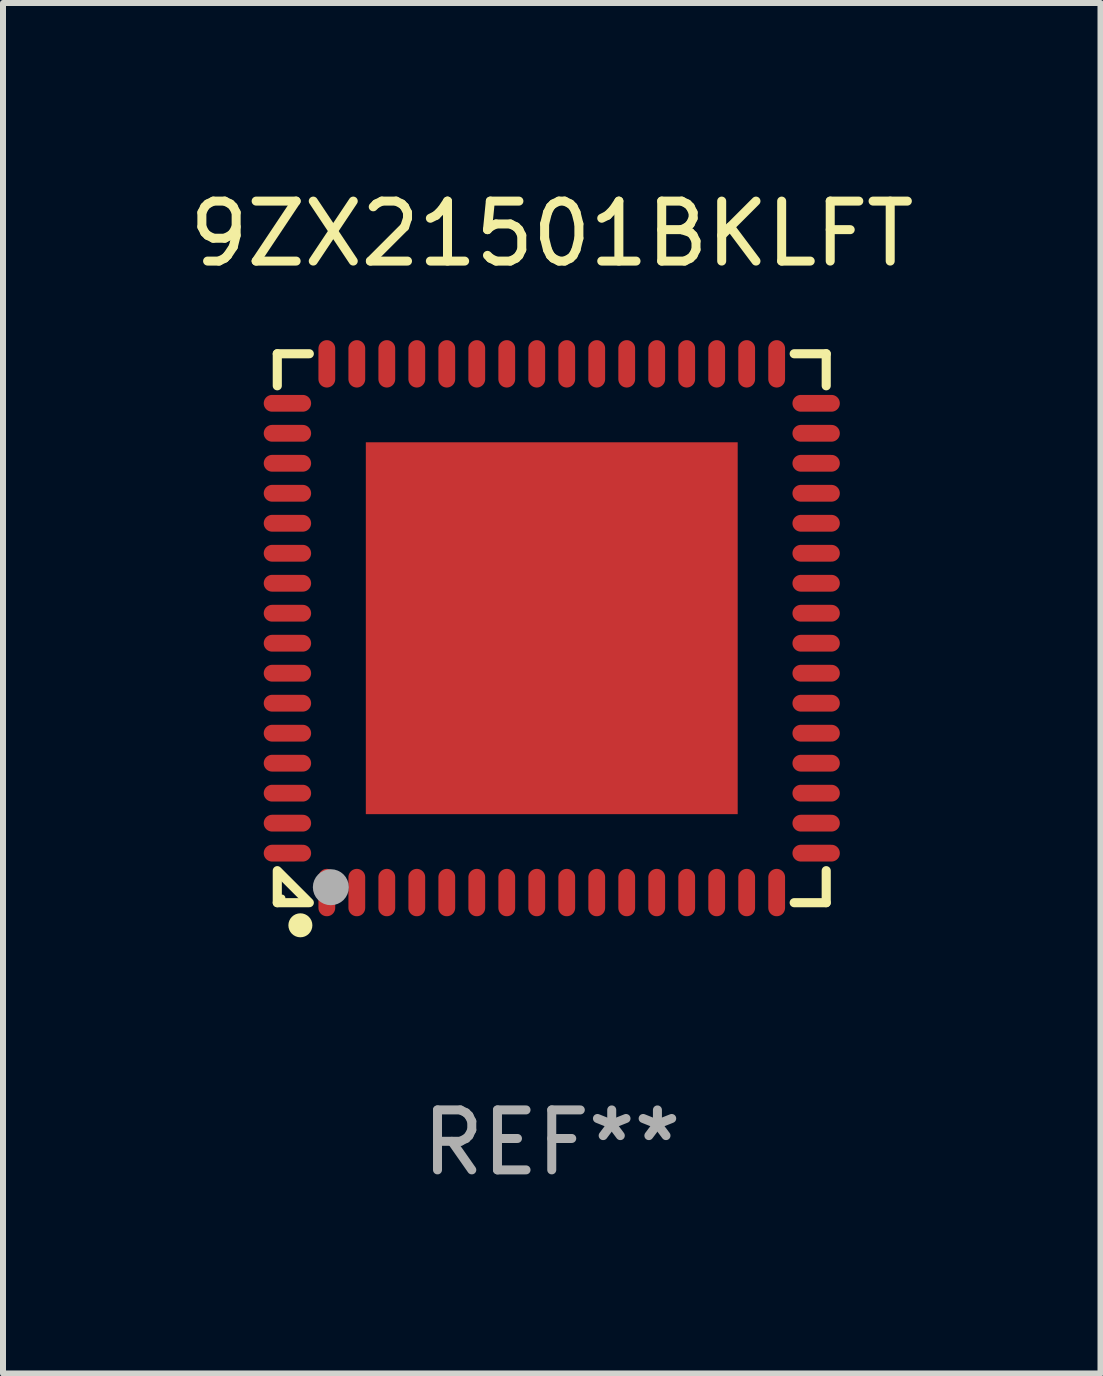
<source format=kicad_pcb>
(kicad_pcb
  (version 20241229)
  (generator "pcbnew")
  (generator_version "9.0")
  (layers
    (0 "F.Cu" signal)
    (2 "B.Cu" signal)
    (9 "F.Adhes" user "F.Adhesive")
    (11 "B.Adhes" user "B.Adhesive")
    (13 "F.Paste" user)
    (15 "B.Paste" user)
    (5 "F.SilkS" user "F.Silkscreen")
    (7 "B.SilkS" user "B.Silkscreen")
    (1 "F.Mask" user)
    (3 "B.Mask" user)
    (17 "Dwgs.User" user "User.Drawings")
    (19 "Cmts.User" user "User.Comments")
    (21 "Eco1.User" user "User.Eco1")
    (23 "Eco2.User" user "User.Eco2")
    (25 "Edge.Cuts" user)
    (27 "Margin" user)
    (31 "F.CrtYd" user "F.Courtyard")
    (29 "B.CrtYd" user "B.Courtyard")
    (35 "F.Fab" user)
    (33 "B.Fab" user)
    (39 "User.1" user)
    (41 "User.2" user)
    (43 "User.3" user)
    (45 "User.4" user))
  (footprint "9ZX21501BKLFT"
    (layer "F.Cu")
    (at 6.149 7.424)
    (property "Reference" "9ZX21501BKLFT" (at 0 -6.576 0) (layer "F.SilkS") (effects (font (size 1 1) (thickness 0.15))))
    (attr through_hole)
    (fp_line (start -4.576 -4.576) (end -4.576 -4.042) (stroke (width 0.152) (type solid)) (layer "F.SilkS"))
    (fp_line (start -4.576 4.576) (end -4.576 4.042) (stroke (width 0.152) (type solid)) (layer "F.SilkS"))
    (fp_line (start -4.549 4.069) (end -4.069 4.549) (stroke (width 0.152) (type solid)) (layer "F.SilkS"))
    (fp_line (start -4.042 -4.576) (end -4.576 -4.576) (stroke (width 0.152) (type solid)) (layer "F.SilkS"))
    (fp_line (start -4.042 4.576) (end -4.576 4.576) (stroke (width 0.152) (type solid)) (layer "F.SilkS"))
    (fp_line (start 4.042 -4.576) (end 4.576 -4.576) (stroke (width 0.152) (type solid)) (layer "F.SilkS"))
    (fp_line (start 4.042 4.576) (end 4.576 4.576) (stroke (width 0.152) (type solid)) (layer "F.SilkS"))
    (fp_line (start 4.576 -4.576) (end 4.576 -4.042) (stroke (width 0.152) (type solid)) (layer "F.SilkS"))
    (fp_line (start 4.576 4.576) (end 4.576 4.042) (stroke (width 0.152) (type solid)) (layer "F.SilkS"))
    (fp_circle (center -4.5 4.5) (end -4.47 4.5) (stroke (width 0.06) (type solid)) (fill no) (layer "F.SilkS"))
    (fp_circle (center -4.191 4.953) (end -4.091 4.953) (stroke (width 0.2) (type solid)) (fill no) (layer "F.SilkS"))
    (fp_circle (center -3.683 4.318) (end -3.533 4.318) (stroke (width 0.3) (type solid)) (fill no) (layer "F.Fab"))
    (fp_text user "REF**" (at 0 8.576 0) (layer "F.Fab") (effects (font (size 1 1) (thickness 0.15))))
    (pad "1" smd oval (at -3.75 4.407 90) (size 0.79 0.28) (layers "F.Cu" "F.Mask" "F.Paste"))
    (pad "2" smd oval (at -3.25 4.407 90) (size 0.79 0.28) (layers "F.Cu" "F.Mask" "F.Paste"))
    (pad "3" smd oval (at -2.75 4.407 90) (size 0.79 0.28) (layers "F.Cu" "F.Mask" "F.Paste"))
    (pad "4" smd oval (at -2.25 4.407 90) (size 0.79 0.28) (layers "F.Cu" "F.Mask" "F.Paste"))
    (pad "5" smd oval (at -1.75 4.407 90) (size 0.79 0.28) (layers "F.Cu" "F.Mask" "F.Paste"))
    (pad "6" smd oval (at -1.25 4.407 90) (size 0.79 0.28) (layers "F.Cu" "F.Mask" "F.Paste"))
    (pad "7" smd oval (at -0.75 4.407 90) (size 0.79 0.28) (layers "F.Cu" "F.Mask" "F.Paste"))
    (pad "8" smd oval (at -0.25 4.407 90) (size 0.79 0.28) (layers "F.Cu" "F.Mask" "F.Paste"))
    (pad "9" smd oval (at 0.25 4.407 90) (size 0.79 0.28) (layers "F.Cu" "F.Mask" "F.Paste"))
    (pad "10" smd oval (at 0.75 4.407 90) (size 0.79 0.28) (layers "F.Cu" "F.Mask" "F.Paste"))
    (pad "11" smd oval (at 1.25 4.407 90) (size 0.79 0.28) (layers "F.Cu" "F.Mask" "F.Paste"))
    (pad "12" smd oval (at 1.75 4.407 90) (size 0.79 0.28) (layers "F.Cu" "F.Mask" "F.Paste"))
    (pad "13" smd oval (at 2.25 4.407 90) (size 0.79 0.28) (layers "F.Cu" "F.Mask" "F.Paste"))
    (pad "14" smd oval (at 2.75 4.407 90) (size 0.79 0.28) (layers "F.Cu" "F.Mask" "F.Paste"))
    (pad "15" smd oval (at 3.25 4.407 90) (size 0.79 0.28) (layers "F.Cu" "F.Mask" "F.Paste"))
    (pad "16" smd oval (at 3.75 4.407 90) (size 0.79 0.28) (layers "F.Cu" "F.Mask" "F.Paste"))
    (pad "17" smd oval (at 4.408 3.75 90) (size 0.28 0.79) (layers "F.Cu" "F.Mask" "F.Paste"))
    (pad "18" smd oval (at 4.408 3.25 90) (size 0.28 0.79) (layers "F.Cu" "F.Mask" "F.Paste"))
    (pad "19" smd oval (at 4.408 2.75 90) (size 0.28 0.79) (layers "F.Cu" "F.Mask" "F.Paste"))
    (pad "20" smd oval (at 4.408 2.25 90) (size 0.28 0.79) (layers "F.Cu" "F.Mask" "F.Paste"))
    (pad "21" smd oval (at 4.408 1.75 90) (size 0.28 0.79) (layers "F.Cu" "F.Mask" "F.Paste"))
    (pad "22" smd oval (at 4.408 1.25 90) (size 0.28 0.79) (layers "F.Cu" "F.Mask" "F.Paste"))
    (pad "23" smd oval (at 4.408 0.75 90) (size 0.28 0.79) (layers "F.Cu" "F.Mask" "F.Paste"))
    (pad "24" smd oval (at 4.408 0.25 90) (size 0.28 0.79) (layers "F.Cu" "F.Mask" "F.Paste"))
    (pad "25" smd oval (at 4.408 -0.25 90) (size 0.28 0.79) (layers "F.Cu" "F.Mask" "F.Paste"))
    (pad "26" smd oval (at 4.408 -0.75 90) (size 0.28 0.79) (layers "F.Cu" "F.Mask" "F.Paste"))
    (pad "27" smd oval (at 4.408 -1.25 90) (size 0.28 0.79) (layers "F.Cu" "F.Mask" "F.Paste"))
    (pad "28" smd oval (at 4.408 -1.75 90) (size 0.28 0.79) (layers "F.Cu" "F.Mask" "F.Paste"))
    (pad "29" smd oval (at 4.408 -2.25 90) (size 0.28 0.79) (layers "F.Cu" "F.Mask" "F.Paste"))
    (pad "30" smd oval (at 4.408 -2.75 90) (size 0.28 0.79) (layers "F.Cu" "F.Mask" "F.Paste"))
    (pad "31" smd oval (at 4.408 -3.25 90) (size 0.28 0.79) (layers "F.Cu" "F.Mask" "F.Paste"))
    (pad "32" smd oval (at 4.408 -3.75 90) (size 0.28 0.79) (layers "F.Cu" "F.Mask" "F.Paste"))
    (pad "33" smd oval (at 3.75 -4.408 90) (size 0.79 0.28) (layers "F.Cu" "F.Mask" "F.Paste"))
    (pad "34" smd oval (at 3.25 -4.408 90) (size 0.79 0.28) (layers "F.Cu" "F.Mask" "F.Paste"))
    (pad "35" smd oval (at 2.75 -4.408 90) (size 0.79 0.28) (layers "F.Cu" "F.Mask" "F.Paste"))
    (pad "36" smd oval (at 2.25 -4.408 90) (size 0.79 0.28) (layers "F.Cu" "F.Mask" "F.Paste"))
    (pad "37" smd oval (at 1.75 -4.408 90) (size 0.79 0.28) (layers "F.Cu" "F.Mask" "F.Paste"))
    (pad "38" smd oval (at 1.25 -4.408 90) (size 0.79 0.28) (layers "F.Cu" "F.Mask" "F.Paste"))
    (pad "39" smd oval (at 0.75 -4.408 90) (size 0.79 0.28) (layers "F.Cu" "F.Mask" "F.Paste"))
    (pad "40" smd oval (at 0.25 -4.408 90) (size 0.79 0.28) (layers "F.Cu" "F.Mask" "F.Paste"))
    (pad "41" smd oval (at -0.25 -4.408 90) (size 0.79 0.28) (layers "F.Cu" "F.Mask" "F.Paste"))
    (pad "42" smd oval (at -0.75 -4.408 90) (size 0.79 0.28) (layers "F.Cu" "F.Mask" "F.Paste"))
    (pad "43" smd oval (at -1.25 -4.408 90) (size 0.79 0.28) (layers "F.Cu" "F.Mask" "F.Paste"))
    (pad "44" smd oval (at -1.75 -4.408 90) (size 0.79 0.28) (layers "F.Cu" "F.Mask" "F.Paste"))
    (pad "45" smd oval (at -2.25 -4.408 90) (size 0.79 0.28) (layers "F.Cu" "F.Mask" "F.Paste"))
    (pad "46" smd oval (at -2.75 -4.408 90) (size 0.79 0.28) (layers "F.Cu" "F.Mask" "F.Paste"))
    (pad "47" smd oval (at -3.25 -4.408 90) (size 0.79 0.28) (layers "F.Cu" "F.Mask" "F.Paste"))
    (pad "48" smd oval (at -3.75 -4.408 90) (size 0.79 0.28) (layers "F.Cu" "F.Mask" "F.Paste"))
    (pad "49" smd oval (at -4.407 -3.75 90) (size 0.28 0.79) (layers "F.Cu" "F.Mask" "F.Paste"))
    (pad "50" smd oval (at -4.407 -3.25 90) (size 0.28 0.79) (layers "F.Cu" "F.Mask" "F.Paste"))
    (pad "51" smd oval (at -4.407 -2.75 90) (size 0.28 0.79) (layers "F.Cu" "F.Mask" "F.Paste"))
    (pad "52" smd oval (at -4.407 -2.25 90) (size 0.28 0.79) (layers "F.Cu" "F.Mask" "F.Paste"))
    (pad "53" smd oval (at -4.407 -1.75 90) (size 0.28 0.79) (layers "F.Cu" "F.Mask" "F.Paste"))
    (pad "54" smd oval (at -4.407 -1.25 90) (size 0.28 0.79) (layers "F.Cu" "F.Mask" "F.Paste"))
    (pad "55" smd oval (at -4.407 -0.75 90) (size 0.28 0.79) (layers "F.Cu" "F.Mask" "F.Paste"))
    (pad "56" smd oval (at -4.407 -0.25 90) (size 0.28 0.79) (layers "F.Cu" "F.Mask" "F.Paste"))
    (pad "57" smd oval (at -4.407 0.25 90) (size 0.28 0.79) (layers "F.Cu" "F.Mask" "F.Paste"))
    (pad "58" smd oval (at -4.407 0.75 90) (size 0.28 0.79) (layers "F.Cu" "F.Mask" "F.Paste"))
    (pad "59" smd oval (at -4.407 1.25 90) (size 0.28 0.79) (layers "F.Cu" "F.Mask" "F.Paste"))
    (pad "60" smd oval (at -4.407 1.75 90) (size 0.28 0.79) (layers "F.Cu" "F.Mask" "F.Paste"))
    (pad "61" smd oval (at -4.407 2.25 90) (size 0.28 0.79) (layers "F.Cu" "F.Mask" "F.Paste"))
    (pad "62" smd oval (at -4.407 2.75 90) (size 0.28 0.79) (layers "F.Cu" "F.Mask" "F.Paste"))
    (pad "63" smd oval (at -4.407 3.25 90) (size 0.28 0.79) (layers "F.Cu" "F.Mask" "F.Paste"))
    (pad "64" smd oval (at -4.407 3.75 90) (size 0.28 0.79) (layers "F.Cu" "F.Mask" "F.Paste"))
    (pad "65" smd rect (at 0.000102 -0.000102 90) (size 6.2 6.2) (layers "F.Cu" "F.Mask" "F.Paste")))
  (gr_rect
    (start -3 -3)
    (end 15.298 19.849)
    (stroke (width 0.1) (type default))
    (fill no)
    (layer "Edge.Cuts")))
</source>
